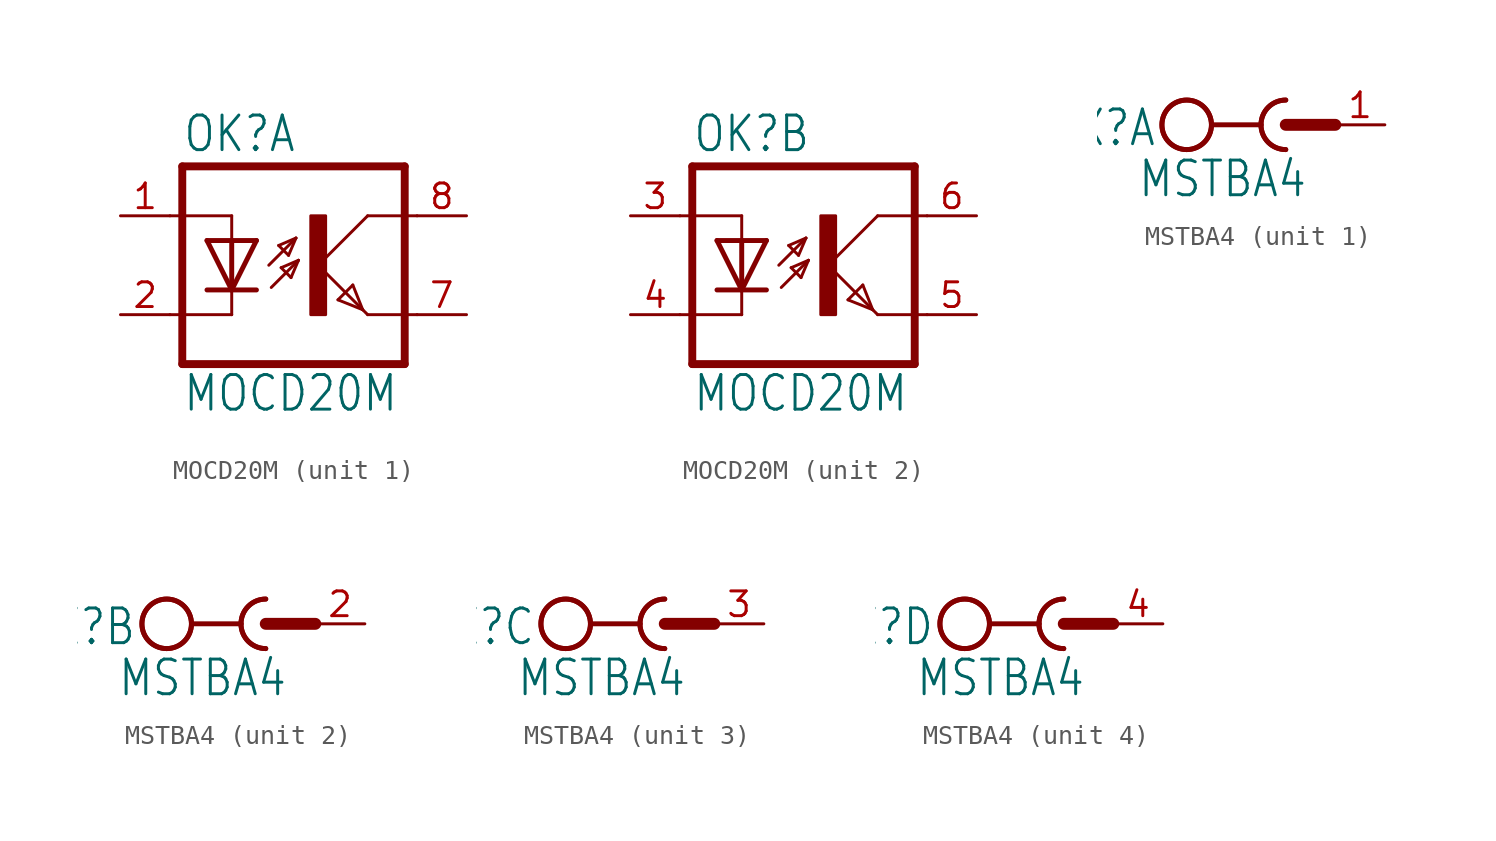
<source format=kicad_sym>
(kicad_symbol_lib
  (version 20220331)
  (generator kicad_symbol_editor)
  (symbol "MOCD20M"
    (property "Reference" "OK"
      (at -6.985 5.715 0)
      (effects (font (size 1.778 1.511)) (justify left bottom)))
    (property "Value" "MOCD20M"
      (at -6.985 -7.62 0)
      (effects (font (size 1.778 1.511)) (justify left bottom)))
    (property "ki_locked" ""
      (at 0 0 0)
      (effects (font (size 1.27 1.27))))
    (symbol "MOCD20M_1_0"
      (rectangle (start -0.381 -2.54) (end 0.381 2.54) (stroke (width 0) (type default)) (fill (type outline)))
      (polyline (pts (xy -6.985 -5.08) (xy 4.445 -5.08)) (stroke (width 0.406) (type solid)) (fill (type none)))
      (polyline (pts (xy -6.985 5.08) (xy -6.985 -5.08)) (stroke (width 0.406) (type solid)) (fill (type none)))
      (polyline (pts (xy -6.985 5.08) (xy 4.445 5.08)) (stroke (width 0.406) (type solid)) (fill (type none)))
      (polyline (pts (xy -4.445 -2.54) (xy -7.62 -2.54)) (stroke (width 0.152) (type solid)) (fill (type none)))
      (polyline (pts (xy -4.445 -1.27) (xy -5.715 -1.27)) (stroke (width 0.254) (type solid)) (fill (type none)))
      (polyline (pts (xy -4.445 -1.27) (xy -5.715 1.27)) (stroke (width 0.254) (type solid)) (fill (type none)))
      (polyline (pts (xy -4.445 -1.27) (xy -4.445 -2.54)) (stroke (width 0.152) (type solid)) (fill (type none)))
      (polyline (pts (xy -4.445 1.27) (xy -5.715 1.27)) (stroke (width 0.254) (type solid)) (fill (type none)))
      (polyline (pts (xy -4.445 1.27) (xy -4.445 -1.27)) (stroke (width 0.254) (type solid)) (fill (type none)))
      (polyline (pts (xy -4.445 2.54) (xy -7.62 2.54)) (stroke (width 0.152) (type solid)) (fill (type none)))
      (polyline (pts (xy -4.445 2.54) (xy -4.445 1.27)) (stroke (width 0.152) (type solid)) (fill (type none)))
      (polyline (pts (xy -3.175 -1.27) (xy -4.445 -1.27)) (stroke (width 0.254) (type solid)) (fill (type none)))
      (polyline (pts (xy -3.175 1.27) (xy -4.445 -1.27)) (stroke (width 0.254) (type solid)) (fill (type none)))
      (polyline (pts (xy -3.175 1.27) (xy -4.445 1.27)) (stroke (width 0.254) (type solid)) (fill (type none)))
      (polyline (pts (xy -2.54 0) (xy -1.143 1.397)) (stroke (width 0.152) (type solid)) (fill (type none)))
      (polyline (pts (xy -2.413 -1.143) (xy -1.016 0.254)) (stroke (width 0.152) (type solid)) (fill (type none)))
      (polyline (pts (xy -2.032 1.016) (xy -1.524 0.508)) (stroke (width 0.152) (type solid)) (fill (type none)))
      (polyline (pts (xy -1.905 -0.127) (xy -1.397 -0.635)) (stroke (width 0.152) (type solid)) (fill (type none)))
      (polyline (pts (xy -1.524 0.508) (xy -1.143 1.397)) (stroke (width 0.152) (type solid)) (fill (type none)))
      (polyline (pts (xy -1.397 -0.635) (xy -1.016 0.254)) (stroke (width 0.152) (type solid)) (fill (type none)))
      (polyline (pts (xy -1.143 1.397) (xy -2.032 1.016)) (stroke (width 0.152) (type solid)) (fill (type none)))
      (polyline (pts (xy -1.016 0.254) (xy -1.905 -0.127)) (stroke (width 0.152) (type solid)) (fill (type none)))
      (polyline (pts (xy 0 0) (xy 2.286 -2.286)) (stroke (width 0.152) (type solid)) (fill (type none)))
      (polyline (pts (xy 1.016 -1.778) (xy 1.778 -1.016)) (stroke (width 0.152) (type solid)) (fill (type none)))
      (polyline (pts (xy 1.778 -1.016) (xy 2.286 -2.286)) (stroke (width 0.152) (type solid)) (fill (type none)))
      (polyline (pts (xy 2.286 -2.286) (xy 1.016 -1.778)) (stroke (width 0.152) (type solid)) (fill (type none)))
      (polyline (pts (xy 2.286 -2.286) (xy 2.54 -2.54)) (stroke (width 0.152) (type solid)) (fill (type none)))
      (polyline (pts (xy 2.54 -2.54) (xy 5.08 -2.54)) (stroke (width 0.152) (type solid)) (fill (type none)))
      (polyline (pts (xy 2.54 2.54) (xy 0 0)) (stroke (width 0.152) (type solid)) (fill (type none)))
      (polyline (pts (xy 2.54 2.54) (xy 5.08 2.54)) (stroke (width 0.152) (type solid)) (fill (type none)))
      (polyline (pts (xy 4.445 5.08) (xy 4.445 -5.08)) (stroke (width 0.406) (type solid)) (fill (type none)))
      (pin passive line (at -10.16 2.54 0) (length 2.54) (name "A" (effects (font (size 0 0)))) (number "1" (effects (font (size 1.27 1.27)))))
      (pin passive line (at -10.16 -2.54 0) (length 2.54) (name "C" (effects (font (size 0 0)))) (number "2" (effects (font (size 1.27 1.27)))))
      (pin passive line (at 7.62 -2.54 180) (length 2.54) (name "EMIT" (effects (font (size 0 0)))) (number "7" (effects (font (size 1.27 1.27)))))
      (pin passive line (at 7.62 2.54 180) (length 2.54) (name "COL" (effects (font (size 0 0)))) (number "8" (effects (font (size 1.27 1.27))))))
    (symbol "MOCD20M_2_0"
      (rectangle (start -0.381 -2.54) (end 0.381 2.54) (stroke (width 0) (type default)) (fill (type outline)))
      (polyline (pts (xy -6.985 -5.08) (xy 4.445 -5.08)) (stroke (width 0.406) (type solid)) (fill (type none)))
      (polyline (pts (xy -6.985 5.08) (xy -6.985 -5.08)) (stroke (width 0.406) (type solid)) (fill (type none)))
      (polyline (pts (xy -6.985 5.08) (xy 4.445 5.08)) (stroke (width 0.406) (type solid)) (fill (type none)))
      (polyline (pts (xy -4.445 -2.54) (xy -7.62 -2.54)) (stroke (width 0.152) (type solid)) (fill (type none)))
      (polyline (pts (xy -4.445 -1.27) (xy -5.715 -1.27)) (stroke (width 0.254) (type solid)) (fill (type none)))
      (polyline (pts (xy -4.445 -1.27) (xy -5.715 1.27)) (stroke (width 0.254) (type solid)) (fill (type none)))
      (polyline (pts (xy -4.445 -1.27) (xy -4.445 -2.54)) (stroke (width 0.152) (type solid)) (fill (type none)))
      (polyline (pts (xy -4.445 1.27) (xy -5.715 1.27)) (stroke (width 0.254) (type solid)) (fill (type none)))
      (polyline (pts (xy -4.445 1.27) (xy -4.445 -1.27)) (stroke (width 0.254) (type solid)) (fill (type none)))
      (polyline (pts (xy -4.445 2.54) (xy -7.62 2.54)) (stroke (width 0.152) (type solid)) (fill (type none)))
      (polyline (pts (xy -4.445 2.54) (xy -4.445 1.27)) (stroke (width 0.152) (type solid)) (fill (type none)))
      (polyline (pts (xy -3.175 -1.27) (xy -4.445 -1.27)) (stroke (width 0.254) (type solid)) (fill (type none)))
      (polyline (pts (xy -3.175 1.27) (xy -4.445 -1.27)) (stroke (width 0.254) (type solid)) (fill (type none)))
      (polyline (pts (xy -3.175 1.27) (xy -4.445 1.27)) (stroke (width 0.254) (type solid)) (fill (type none)))
      (polyline (pts (xy -2.54 0) (xy -1.143 1.397)) (stroke (width 0.152) (type solid)) (fill (type none)))
      (polyline (pts (xy -2.413 -1.143) (xy -1.016 0.254)) (stroke (width 0.152) (type solid)) (fill (type none)))
      (polyline (pts (xy -2.032 1.016) (xy -1.524 0.508)) (stroke (width 0.152) (type solid)) (fill (type none)))
      (polyline (pts (xy -1.905 -0.127) (xy -1.397 -0.635)) (stroke (width 0.152) (type solid)) (fill (type none)))
      (polyline (pts (xy -1.524 0.508) (xy -1.143 1.397)) (stroke (width 0.152) (type solid)) (fill (type none)))
      (polyline (pts (xy -1.397 -0.635) (xy -1.016 0.254)) (stroke (width 0.152) (type solid)) (fill (type none)))
      (polyline (pts (xy -1.143 1.397) (xy -2.032 1.016)) (stroke (width 0.152) (type solid)) (fill (type none)))
      (polyline (pts (xy -1.016 0.254) (xy -1.905 -0.127)) (stroke (width 0.152) (type solid)) (fill (type none)))
      (polyline (pts (xy 0 0) (xy 2.286 -2.286)) (stroke (width 0.152) (type solid)) (fill (type none)))
      (polyline (pts (xy 1.016 -1.778) (xy 1.778 -1.016)) (stroke (width 0.152) (type solid)) (fill (type none)))
      (polyline (pts (xy 1.778 -1.016) (xy 2.286 -2.286)) (stroke (width 0.152) (type solid)) (fill (type none)))
      (polyline (pts (xy 2.286 -2.286) (xy 1.016 -1.778)) (stroke (width 0.152) (type solid)) (fill (type none)))
      (polyline (pts (xy 2.286 -2.286) (xy 2.54 -2.54)) (stroke (width 0.152) (type solid)) (fill (type none)))
      (polyline (pts (xy 2.54 -2.54) (xy 5.08 -2.54)) (stroke (width 0.152) (type solid)) (fill (type none)))
      (polyline (pts (xy 2.54 2.54) (xy 0 0)) (stroke (width 0.152) (type solid)) (fill (type none)))
      (polyline (pts (xy 2.54 2.54) (xy 5.08 2.54)) (stroke (width 0.152) (type solid)) (fill (type none)))
      (polyline (pts (xy 4.445 5.08) (xy 4.445 -5.08)) (stroke (width 0.406) (type solid)) (fill (type none)))
      (pin passive line (at -10.16 2.54 0) (length 2.54) (name "A" (effects (font (size 0 0)))) (number "3" (effects (font (size 1.27 1.27)))))
      (pin passive line (at -10.16 -2.54 0) (length 2.54) (name "C" (effects (font (size 0 0)))) (number "4" (effects (font (size 1.27 1.27)))))
      (pin passive line (at 7.62 -2.54 180) (length 2.54) (name "EMIT" (effects (font (size 0 0)))) (number "5" (effects (font (size 1.27 1.27)))))
      (pin passive line (at 7.62 2.54 180) (length 2.54) (name "COL" (effects (font (size 0 0)))) (number "6" (effects (font (size 1.27 1.27)))))))
  (symbol "MSTBA4"
    (property "Reference" "X"
      (at -6.604 0.889 0)
      (effects (font (size 1.778 1.511)) (justify right top)))
    (property "Value" "MSTBA4"
      (at -7.62 -3.81 0)
      (effects (font (size 1.778 1.511)) (justify left bottom)))
    (property "ki_locked" ""
      (at 0 0 0)
      (effects (font (size 1.27 1.27))))
    (symbol "MSTBA4_1_0"
      (circle (center -5.08 0) (radius 1.27) (stroke (width 0.254) (type solid)) (fill (type none)))
      (circle (center -5.08 0) (radius 1.27) (stroke (width 0.254) (type solid)) (fill (type none)))
      (arc (start -1.27 0) (mid -0.898 -0.898) (end 0 -1.27) (stroke (width 0.254) (type solid)) (fill (type none)))
      (polyline (pts (xy -3.81 0) (xy -1.27 0)) (stroke (width 0.254) (type solid)) (fill (type none)))
      (polyline (pts (xy 0 0) (xy 2.54 0)) (stroke (width 0.61) (type solid)) (fill (type none)))
      (arc (start 0 1.27) (mid -0.898 0.898) (end -1.27 0) (stroke (width 0.254) (type solid)) (fill (type none)))
      (arc (start 0 1.27) (mid -1.27 0) (end 0 -1.27) (stroke (width 0.254) (type solid)) (fill (type none)))
      (pin passive line (at 5.08 0 180) (length 2.54) (name "1" (effects (font (size 0 0)))) (number "1" (effects (font (size 1.27 1.27))))))
    (symbol "MSTBA4_2_0"
      (circle (center -5.08 0) (radius 1.27) (stroke (width 0.254) (type solid)) (fill (type none)))
      (circle (center -5.08 0) (radius 1.27) (stroke (width 0.254) (type solid)) (fill (type none)))
      (arc (start -1.27 0) (mid -0.898 -0.898) (end 0 -1.27) (stroke (width 0.254) (type solid)) (fill (type none)))
      (polyline (pts (xy -3.81 0) (xy -1.27 0)) (stroke (width 0.254) (type solid)) (fill (type none)))
      (polyline (pts (xy 0 0) (xy 2.54 0)) (stroke (width 0.61) (type solid)) (fill (type none)))
      (arc (start 0 1.27) (mid -0.898 0.898) (end -1.27 0) (stroke (width 0.254) (type solid)) (fill (type none)))
      (arc (start 0 1.27) (mid -1.27 0) (end 0 -1.27) (stroke (width 0.254) (type solid)) (fill (type none)))
      (pin passive line (at 5.08 0 180) (length 2.54) (name "1" (effects (font (size 0 0)))) (number "2" (effects (font (size 1.27 1.27))))))
    (symbol "MSTBA4_3_0"
      (circle (center -5.08 0) (radius 1.27) (stroke (width 0.254) (type solid)) (fill (type none)))
      (circle (center -5.08 0) (radius 1.27) (stroke (width 0.254) (type solid)) (fill (type none)))
      (arc (start -1.27 0) (mid -0.898 -0.898) (end 0 -1.27) (stroke (width 0.254) (type solid)) (fill (type none)))
      (polyline (pts (xy -3.81 0) (xy -1.27 0)) (stroke (width 0.254) (type solid)) (fill (type none)))
      (polyline (pts (xy 0 0) (xy 2.54 0)) (stroke (width 0.61) (type solid)) (fill (type none)))
      (arc (start 0 1.27) (mid -0.898 0.898) (end -1.27 0) (stroke (width 0.254) (type solid)) (fill (type none)))
      (arc (start 0 1.27) (mid -1.27 0) (end 0 -1.27) (stroke (width 0.254) (type solid)) (fill (type none)))
      (pin passive line (at 5.08 0 180) (length 2.54) (name "1" (effects (font (size 0 0)))) (number "3" (effects (font (size 1.27 1.27))))))
    (symbol "MSTBA4_4_0"
      (circle (center -5.08 0) (radius 1.27) (stroke (width 0.254) (type solid)) (fill (type none)))
      (circle (center -5.08 0) (radius 1.27) (stroke (width 0.254) (type solid)) (fill (type none)))
      (arc (start -1.27 0) (mid -0.898 -0.898) (end 0 -1.27) (stroke (width 0.254) (type solid)) (fill (type none)))
      (polyline (pts (xy -3.81 0) (xy -1.27 0)) (stroke (width 0.254) (type solid)) (fill (type none)))
      (polyline (pts (xy 0 0) (xy 2.54 0)) (stroke (width 0.61) (type solid)) (fill (type none)))
      (arc (start 0 1.27) (mid -0.898 0.898) (end -1.27 0) (stroke (width 0.254) (type solid)) (fill (type none)))
      (arc (start 0 1.27) (mid -1.27 0) (end 0 -1.27) (stroke (width 0.254) (type solid)) (fill (type none)))
      (pin passive line (at 5.08 0 180) (length 2.54) (name "1" (effects (font (size 0 0)))) (number "4" (effects (font (size 1.27 1.27))))))))
</source>
